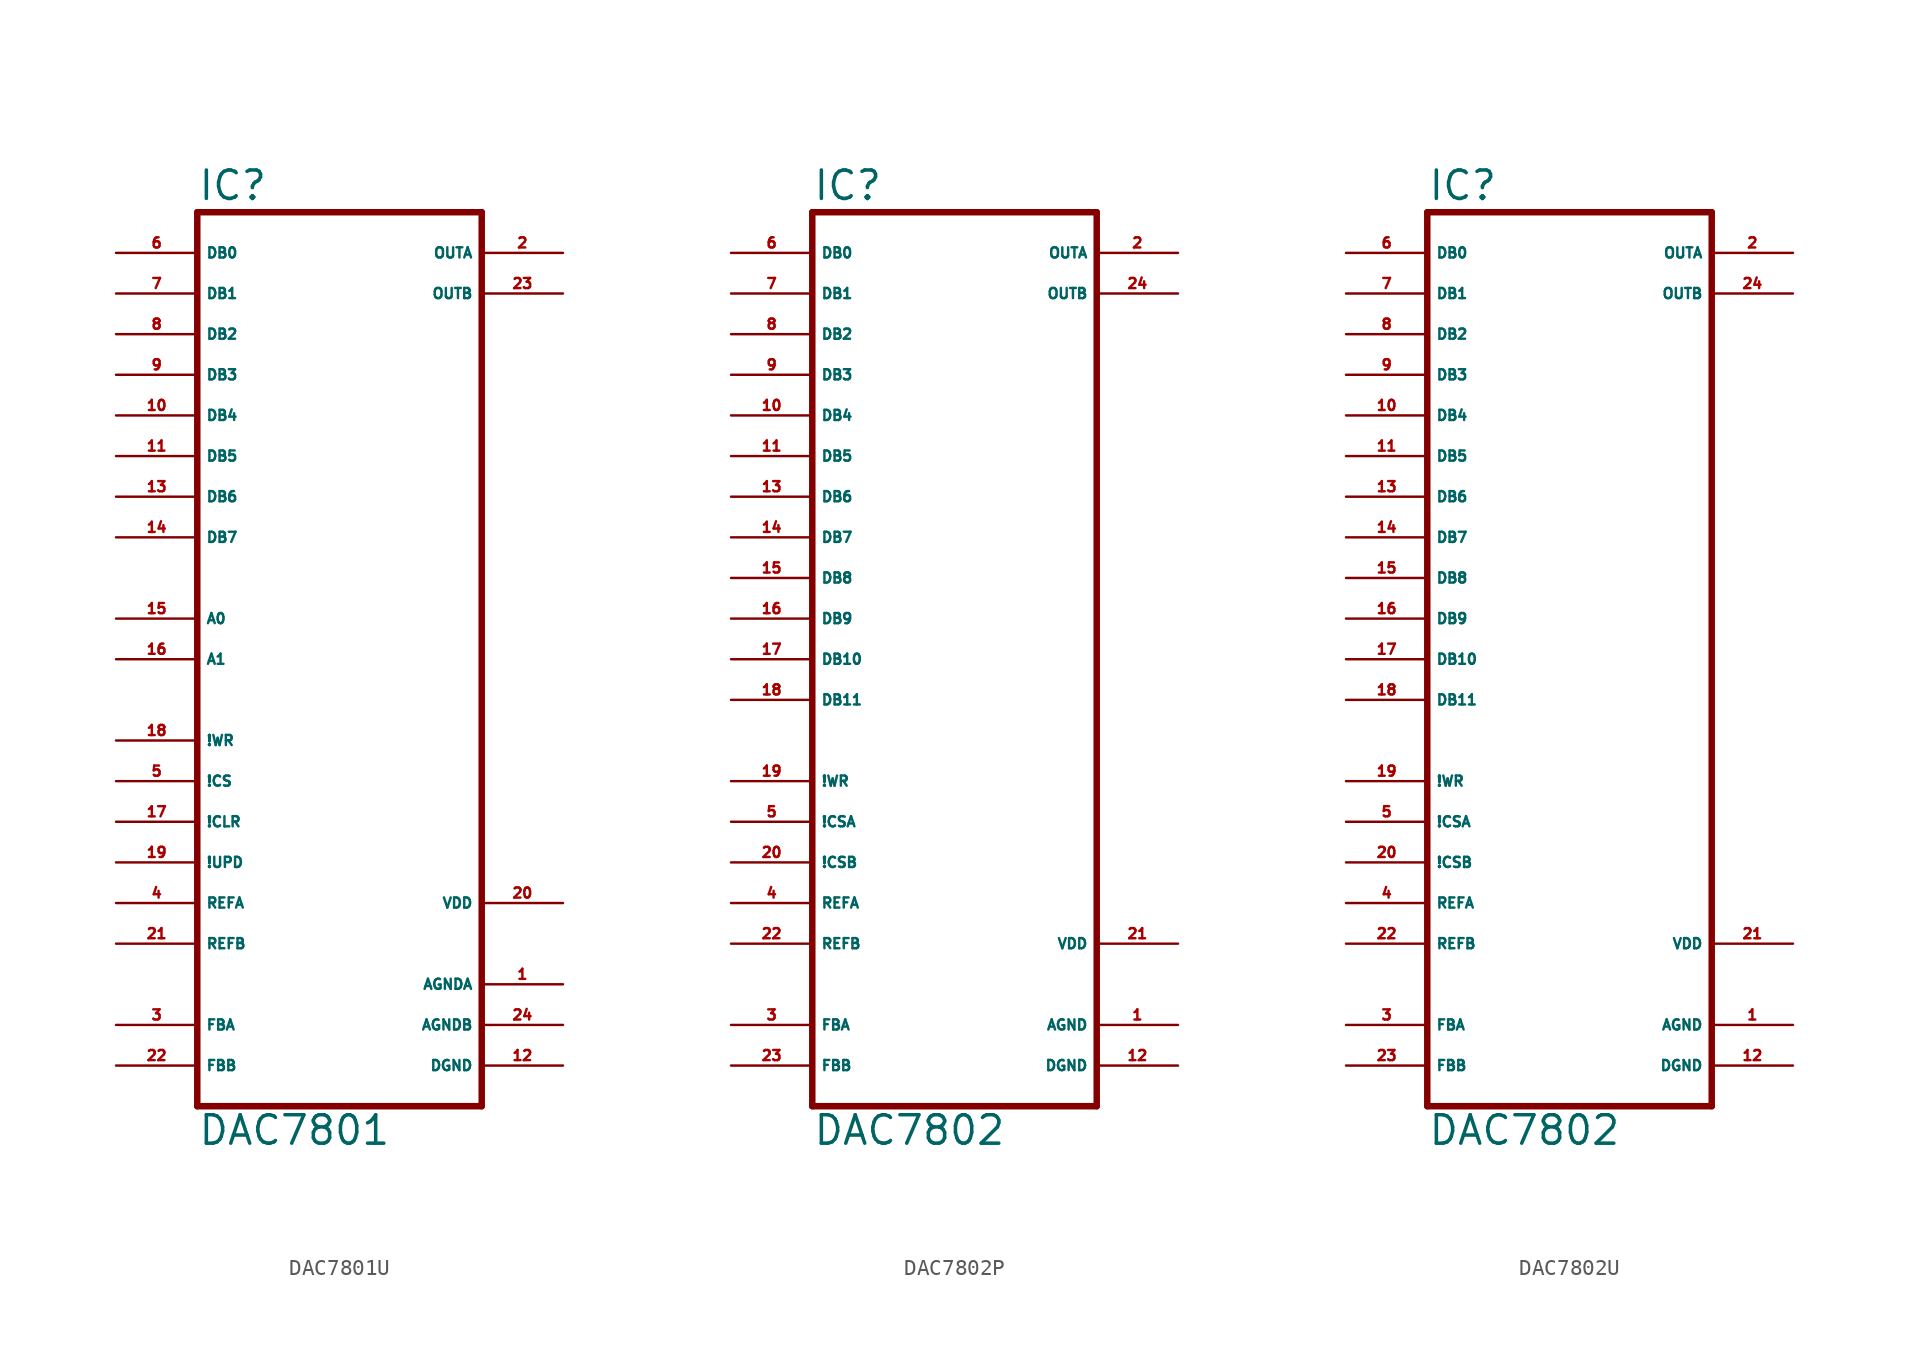
<source format=kicad_sym>
(kicad_symbol_lib
  (version 20220914)
  (generator Eagle2Kicad)
  (symbol "DAC7801U"
    (property "Reference" "IC"
      (at -10.16 26.035 0)
      (effects (font (size 1.778 1.778) (thickness 0.22)) (justify left bottom)))
    (property "Value" "DAC7801"
      (at -10.16 -33.02 0)
      (effects (font (size 1.778 1.778) (thickness 0.22)) (justify left bottom)))
    (polyline
      (pts (xy -10.16 -30.48) (xy 7.62 -30.48))
      (stroke (width 0.406) (type default))
      (fill (type none)))
    (polyline
      (pts (xy 7.62 -30.48) (xy 7.62 25.4))
      (stroke (width 0.406) (type default))
      (fill (type none)))
    (polyline
      (pts (xy 7.62 25.4) (xy -10.16 25.4))
      (stroke (width 0.406) (type default))
      (fill (type none)))
    (polyline
      (pts (xy -10.16 25.4) (xy -10.16 -30.48))
      (stroke (width 0.406) (type default))
      (fill (type none)))
    (pin input line
      (at -15.24 22.86 0)
      (length 5.08)
      (name "DB0" (effects (font (size 0.635 0.635) (thickness 0.08)) (justify left bottom)))
      (number "6" (effects (font (size 0.635 0.635) (thickness 0.08)) (justify left bottom))))
    (pin input line
      (at -15.24 -7.62 0)
      (length 5.08)
      (name "!WR" (effects (font (size 0.635 0.635) (thickness 0.08)) (justify left bottom)))
      (number "18" (effects (font (size 0.635 0.635) (thickness 0.08)) (justify left bottom))))
    (pin input line
      (at -15.24 -10.16 0)
      (length 5.08)
      (name "!CS" (effects (font (size 0.635 0.635) (thickness 0.08)) (justify left bottom)))
      (number "5" (effects (font (size 0.635 0.635) (thickness 0.08)) (justify left bottom))))
    (pin input line
      (at -15.24 -12.7 0)
      (length 5.08)
      (name "!CLR" (effects (font (size 0.635 0.635) (thickness 0.08)) (justify left bottom)))
      (number "17" (effects (font (size 0.635 0.635) (thickness 0.08)) (justify left bottom))))
    (pin input line
      (at -15.24 -15.24 0)
      (length 5.08)
      (name "!UPD" (effects (font (size 0.635 0.635) (thickness 0.08)) (justify left bottom)))
      (number "19" (effects (font (size 0.635 0.635) (thickness 0.08)) (justify left bottom))))
    (pin output line
      (at 12.7 22.86 180)
      (length 5.08)
      (name "OUTA" (effects (font (size 0.635 0.635) (thickness 0.08)) (justify left bottom)))
      (number "2" (effects (font (size 0.635 0.635) (thickness 0.08)) (justify left bottom))))
    (pin output line
      (at 12.7 20.32 180)
      (length 5.08)
      (name "OUTB" (effects (font (size 0.635 0.635) (thickness 0.08)) (justify left bottom)))
      (number "23" (effects (font (size 0.635 0.635) (thickness 0.08)) (justify left bottom))))
    (pin unspecified line
      (at 12.7 -17.78 180)
      (length 5.08)
      (name "VDD" (effects (font (size 0.635 0.635) (thickness 0.08)) (justify left bottom)))
      (number "20" (effects (font (size 0.635 0.635) (thickness 0.08)) (justify left bottom))))
    (pin unspecified line
      (at 12.7 -22.86 180)
      (length 5.08)
      (name "AGNDA" (effects (font (size 0.635 0.635) (thickness 0.08)) (justify left bottom)))
      (number "1" (effects (font (size 0.635 0.635) (thickness 0.08)) (justify left bottom))))
    (pin unspecified line
      (at 12.7 -25.4 180)
      (length 5.08)
      (name "AGNDB" (effects (font (size 0.635 0.635) (thickness 0.08)) (justify left bottom)))
      (number "24" (effects (font (size 0.635 0.635) (thickness 0.08)) (justify left bottom))))
    (pin unspecified line
      (at 12.7 -27.94 180)
      (length 5.08)
      (name "DGND" (effects (font (size 0.635 0.635) (thickness 0.08)) (justify left bottom)))
      (number "12" (effects (font (size 0.635 0.635) (thickness 0.08)) (justify left bottom))))
    (pin input line
      (at -15.24 -17.78 0)
      (length 5.08)
      (name "REFA" (effects (font (size 0.635 0.635) (thickness 0.08)) (justify left bottom)))
      (number "4" (effects (font (size 0.635 0.635) (thickness 0.08)) (justify left bottom))))
    (pin input line
      (at -15.24 -20.32 0)
      (length 5.08)
      (name "REFB" (effects (font (size 0.635 0.635) (thickness 0.08)) (justify left bottom)))
      (number "21" (effects (font (size 0.635 0.635) (thickness 0.08)) (justify left bottom))))
    (pin passive line
      (at -15.24 -25.4 0)
      (length 5.08)
      (name "FBA" (effects (font (size 0.635 0.635) (thickness 0.08)) (justify left bottom)))
      (number "3" (effects (font (size 0.635 0.635) (thickness 0.08)) (justify left bottom))))
    (pin passive line
      (at -15.24 -27.94 0)
      (length 5.08)
      (name "FBB" (effects (font (size 0.635 0.635) (thickness 0.08)) (justify left bottom)))
      (number "22" (effects (font (size 0.635 0.635) (thickness 0.08)) (justify left bottom))))
    (pin input line
      (at -15.24 20.32 0)
      (length 5.08)
      (name "DB1" (effects (font (size 0.635 0.635) (thickness 0.08)) (justify left bottom)))
      (number "7" (effects (font (size 0.635 0.635) (thickness 0.08)) (justify left bottom))))
    (pin input line
      (at -15.24 17.78 0)
      (length 5.08)
      (name "DB2" (effects (font (size 0.635 0.635) (thickness 0.08)) (justify left bottom)))
      (number "8" (effects (font (size 0.635 0.635) (thickness 0.08)) (justify left bottom))))
    (pin input line
      (at -15.24 15.24 0)
      (length 5.08)
      (name "DB3" (effects (font (size 0.635 0.635) (thickness 0.08)) (justify left bottom)))
      (number "9" (effects (font (size 0.635 0.635) (thickness 0.08)) (justify left bottom))))
    (pin input line
      (at -15.24 12.7 0)
      (length 5.08)
      (name "DB4" (effects (font (size 0.635 0.635) (thickness 0.08)) (justify left bottom)))
      (number "10" (effects (font (size 0.635 0.635) (thickness 0.08)) (justify left bottom))))
    (pin input line
      (at -15.24 10.16 0)
      (length 5.08)
      (name "DB5" (effects (font (size 0.635 0.635) (thickness 0.08)) (justify left bottom)))
      (number "11" (effects (font (size 0.635 0.635) (thickness 0.08)) (justify left bottom))))
    (pin input line
      (at -15.24 7.62 0)
      (length 5.08)
      (name "DB6" (effects (font (size 0.635 0.635) (thickness 0.08)) (justify left bottom)))
      (number "13" (effects (font (size 0.635 0.635) (thickness 0.08)) (justify left bottom))))
    (pin input line
      (at -15.24 5.08 0)
      (length 5.08)
      (name "DB7" (effects (font (size 0.635 0.635) (thickness 0.08)) (justify left bottom)))
      (number "14" (effects (font (size 0.635 0.635) (thickness 0.08)) (justify left bottom))))
    (pin input line
      (at -15.24 0 0)
      (length 5.08)
      (name "A0" (effects (font (size 0.635 0.635) (thickness 0.08)) (justify left bottom)))
      (number "15" (effects (font (size 0.635 0.635) (thickness 0.08)) (justify left bottom))))
    (pin input line
      (at -15.24 -2.54 0)
      (length 5.08)
      (name "A1" (effects (font (size 0.635 0.635) (thickness 0.08)) (justify left bottom)))
      (number "16" (effects (font (size 0.635 0.635) (thickness 0.08)) (justify left bottom)))))
  (symbol "DAC7802P"
    (property "Reference" "IC"
      (at -10.16 26.035 0)
      (effects (font (size 1.778 1.778) (thickness 0.22)) (justify left bottom)))
    (property "Value" "DAC7802"
      (at -10.16 -33.02 0)
      (effects (font (size 1.778 1.778) (thickness 0.22)) (justify left bottom)))
    (polyline
      (pts (xy -10.16 -30.48) (xy 7.62 -30.48))
      (stroke (width 0.406) (type default))
      (fill (type none)))
    (polyline
      (pts (xy 7.62 -30.48) (xy 7.62 25.4))
      (stroke (width 0.406) (type default))
      (fill (type none)))
    (polyline
      (pts (xy 7.62 25.4) (xy -10.16 25.4))
      (stroke (width 0.406) (type default))
      (fill (type none)))
    (polyline
      (pts (xy -10.16 25.4) (xy -10.16 -30.48))
      (stroke (width 0.406) (type default))
      (fill (type none)))
    (pin input line
      (at -15.24 22.86 0)
      (length 5.08)
      (name "DB0" (effects (font (size 0.635 0.635) (thickness 0.08)) (justify left bottom)))
      (number "6" (effects (font (size 0.635 0.635) (thickness 0.08)) (justify left bottom))))
    (pin input line
      (at -15.24 -10.16 0)
      (length 5.08)
      (name "!WR" (effects (font (size 0.635 0.635) (thickness 0.08)) (justify left bottom)))
      (number "19" (effects (font (size 0.635 0.635) (thickness 0.08)) (justify left bottom))))
    (pin input line
      (at -15.24 -12.7 0)
      (length 5.08)
      (name "!CSA" (effects (font (size 0.635 0.635) (thickness 0.08)) (justify left bottom)))
      (number "5" (effects (font (size 0.635 0.635) (thickness 0.08)) (justify left bottom))))
    (pin input line
      (at -15.24 0 0)
      (length 5.08)
      (name "DB9" (effects (font (size 0.635 0.635) (thickness 0.08)) (justify left bottom)))
      (number "16" (effects (font (size 0.635 0.635) (thickness 0.08)) (justify left bottom))))
    (pin input line
      (at -15.24 2.54 0)
      (length 5.08)
      (name "DB8" (effects (font (size 0.635 0.635) (thickness 0.08)) (justify left bottom)))
      (number "15" (effects (font (size 0.635 0.635) (thickness 0.08)) (justify left bottom))))
    (pin output line
      (at 12.7 22.86 180)
      (length 5.08)
      (name "OUTA" (effects (font (size 0.635 0.635) (thickness 0.08)) (justify left bottom)))
      (number "2" (effects (font (size 0.635 0.635) (thickness 0.08)) (justify left bottom))))
    (pin output line
      (at 12.7 20.32 180)
      (length 5.08)
      (name "OUTB" (effects (font (size 0.635 0.635) (thickness 0.08)) (justify left bottom)))
      (number "24" (effects (font (size 0.635 0.635) (thickness 0.08)) (justify left bottom))))
    (pin unspecified line
      (at 12.7 -20.32 180)
      (length 5.08)
      (name "VDD" (effects (font (size 0.635 0.635) (thickness 0.08)) (justify left bottom)))
      (number "21" (effects (font (size 0.635 0.635) (thickness 0.08)) (justify left bottom))))
    (pin unspecified line
      (at 12.7 -25.4 180)
      (length 5.08)
      (name "AGND" (effects (font (size 0.635 0.635) (thickness 0.08)) (justify left bottom)))
      (number "1" (effects (font (size 0.635 0.635) (thickness 0.08)) (justify left bottom))))
    (pin input line
      (at -15.24 -15.24 0)
      (length 5.08)
      (name "!CSB" (effects (font (size 0.635 0.635) (thickness 0.08)) (justify left bottom)))
      (number "20" (effects (font (size 0.635 0.635) (thickness 0.08)) (justify left bottom))))
    (pin unspecified line
      (at 12.7 -27.94 180)
      (length 5.08)
      (name "DGND" (effects (font (size 0.635 0.635) (thickness 0.08)) (justify left bottom)))
      (number "12" (effects (font (size 0.635 0.635) (thickness 0.08)) (justify left bottom))))
    (pin input line
      (at -15.24 -17.78 0)
      (length 5.08)
      (name "REFA" (effects (font (size 0.635 0.635) (thickness 0.08)) (justify left bottom)))
      (number "4" (effects (font (size 0.635 0.635) (thickness 0.08)) (justify left bottom))))
    (pin input line
      (at -15.24 -20.32 0)
      (length 5.08)
      (name "REFB" (effects (font (size 0.635 0.635) (thickness 0.08)) (justify left bottom)))
      (number "22" (effects (font (size 0.635 0.635) (thickness 0.08)) (justify left bottom))))
    (pin passive line
      (at -15.24 -25.4 0)
      (length 5.08)
      (name "FBA" (effects (font (size 0.635 0.635) (thickness 0.08)) (justify left bottom)))
      (number "3" (effects (font (size 0.635 0.635) (thickness 0.08)) (justify left bottom))))
    (pin passive line
      (at -15.24 -27.94 0)
      (length 5.08)
      (name "FBB" (effects (font (size 0.635 0.635) (thickness 0.08)) (justify left bottom)))
      (number "23" (effects (font (size 0.635 0.635) (thickness 0.08)) (justify left bottom))))
    (pin input line
      (at -15.24 20.32 0)
      (length 5.08)
      (name "DB1" (effects (font (size 0.635 0.635) (thickness 0.08)) (justify left bottom)))
      (number "7" (effects (font (size 0.635 0.635) (thickness 0.08)) (justify left bottom))))
    (pin input line
      (at -15.24 17.78 0)
      (length 5.08)
      (name "DB2" (effects (font (size 0.635 0.635) (thickness 0.08)) (justify left bottom)))
      (number "8" (effects (font (size 0.635 0.635) (thickness 0.08)) (justify left bottom))))
    (pin input line
      (at -15.24 15.24 0)
      (length 5.08)
      (name "DB3" (effects (font (size 0.635 0.635) (thickness 0.08)) (justify left bottom)))
      (number "9" (effects (font (size 0.635 0.635) (thickness 0.08)) (justify left bottom))))
    (pin input line
      (at -15.24 12.7 0)
      (length 5.08)
      (name "DB4" (effects (font (size 0.635 0.635) (thickness 0.08)) (justify left bottom)))
      (number "10" (effects (font (size 0.635 0.635) (thickness 0.08)) (justify left bottom))))
    (pin input line
      (at -15.24 10.16 0)
      (length 5.08)
      (name "DB5" (effects (font (size 0.635 0.635) (thickness 0.08)) (justify left bottom)))
      (number "11" (effects (font (size 0.635 0.635) (thickness 0.08)) (justify left bottom))))
    (pin input line
      (at -15.24 7.62 0)
      (length 5.08)
      (name "DB6" (effects (font (size 0.635 0.635) (thickness 0.08)) (justify left bottom)))
      (number "13" (effects (font (size 0.635 0.635) (thickness 0.08)) (justify left bottom))))
    (pin input line
      (at -15.24 5.08 0)
      (length 5.08)
      (name "DB7" (effects (font (size 0.635 0.635) (thickness 0.08)) (justify left bottom)))
      (number "14" (effects (font (size 0.635 0.635) (thickness 0.08)) (justify left bottom))))
    (pin input line
      (at -15.24 -2.54 0)
      (length 5.08)
      (name "DB10" (effects (font (size 0.635 0.635) (thickness 0.08)) (justify left bottom)))
      (number "17" (effects (font (size 0.635 0.635) (thickness 0.08)) (justify left bottom))))
    (pin input line
      (at -15.24 -5.08 0)
      (length 5.08)
      (name "DB11" (effects (font (size 0.635 0.635) (thickness 0.08)) (justify left bottom)))
      (number "18" (effects (font (size 0.635 0.635) (thickness 0.08)) (justify left bottom)))))
  (symbol "DAC7802U"
    (property "Reference" "IC"
      (at -10.16 26.035 0)
      (effects (font (size 1.778 1.778) (thickness 0.22)) (justify left bottom)))
    (property "Value" "DAC7802"
      (at -10.16 -33.02 0)
      (effects (font (size 1.778 1.778) (thickness 0.22)) (justify left bottom)))
    (polyline
      (pts (xy -10.16 -30.48) (xy 7.62 -30.48))
      (stroke (width 0.406) (type default))
      (fill (type none)))
    (polyline
      (pts (xy 7.62 -30.48) (xy 7.62 25.4))
      (stroke (width 0.406) (type default))
      (fill (type none)))
    (polyline
      (pts (xy 7.62 25.4) (xy -10.16 25.4))
      (stroke (width 0.406) (type default))
      (fill (type none)))
    (polyline
      (pts (xy -10.16 25.4) (xy -10.16 -30.48))
      (stroke (width 0.406) (type default))
      (fill (type none)))
    (pin input line
      (at -15.24 22.86 0)
      (length 5.08)
      (name "DB0" (effects (font (size 0.635 0.635) (thickness 0.08)) (justify left bottom)))
      (number "6" (effects (font (size 0.635 0.635) (thickness 0.08)) (justify left bottom))))
    (pin input line
      (at -15.24 -10.16 0)
      (length 5.08)
      (name "!WR" (effects (font (size 0.635 0.635) (thickness 0.08)) (justify left bottom)))
      (number "19" (effects (font (size 0.635 0.635) (thickness 0.08)) (justify left bottom))))
    (pin input line
      (at -15.24 -12.7 0)
      (length 5.08)
      (name "!CSA" (effects (font (size 0.635 0.635) (thickness 0.08)) (justify left bottom)))
      (number "5" (effects (font (size 0.635 0.635) (thickness 0.08)) (justify left bottom))))
    (pin input line
      (at -15.24 0 0)
      (length 5.08)
      (name "DB9" (effects (font (size 0.635 0.635) (thickness 0.08)) (justify left bottom)))
      (number "16" (effects (font (size 0.635 0.635) (thickness 0.08)) (justify left bottom))))
    (pin input line
      (at -15.24 2.54 0)
      (length 5.08)
      (name "DB8" (effects (font (size 0.635 0.635) (thickness 0.08)) (justify left bottom)))
      (number "15" (effects (font (size 0.635 0.635) (thickness 0.08)) (justify left bottom))))
    (pin output line
      (at 12.7 22.86 180)
      (length 5.08)
      (name "OUTA" (effects (font (size 0.635 0.635) (thickness 0.08)) (justify left bottom)))
      (number "2" (effects (font (size 0.635 0.635) (thickness 0.08)) (justify left bottom))))
    (pin output line
      (at 12.7 20.32 180)
      (length 5.08)
      (name "OUTB" (effects (font (size 0.635 0.635) (thickness 0.08)) (justify left bottom)))
      (number "24" (effects (font (size 0.635 0.635) (thickness 0.08)) (justify left bottom))))
    (pin unspecified line
      (at 12.7 -20.32 180)
      (length 5.08)
      (name "VDD" (effects (font (size 0.635 0.635) (thickness 0.08)) (justify left bottom)))
      (number "21" (effects (font (size 0.635 0.635) (thickness 0.08)) (justify left bottom))))
    (pin unspecified line
      (at 12.7 -25.4 180)
      (length 5.08)
      (name "AGND" (effects (font (size 0.635 0.635) (thickness 0.08)) (justify left bottom)))
      (number "1" (effects (font (size 0.635 0.635) (thickness 0.08)) (justify left bottom))))
    (pin input line
      (at -15.24 -15.24 0)
      (length 5.08)
      (name "!CSB" (effects (font (size 0.635 0.635) (thickness 0.08)) (justify left bottom)))
      (number "20" (effects (font (size 0.635 0.635) (thickness 0.08)) (justify left bottom))))
    (pin unspecified line
      (at 12.7 -27.94 180)
      (length 5.08)
      (name "DGND" (effects (font (size 0.635 0.635) (thickness 0.08)) (justify left bottom)))
      (number "12" (effects (font (size 0.635 0.635) (thickness 0.08)) (justify left bottom))))
    (pin input line
      (at -15.24 -17.78 0)
      (length 5.08)
      (name "REFA" (effects (font (size 0.635 0.635) (thickness 0.08)) (justify left bottom)))
      (number "4" (effects (font (size 0.635 0.635) (thickness 0.08)) (justify left bottom))))
    (pin input line
      (at -15.24 -20.32 0)
      (length 5.08)
      (name "REFB" (effects (font (size 0.635 0.635) (thickness 0.08)) (justify left bottom)))
      (number "22" (effects (font (size 0.635 0.635) (thickness 0.08)) (justify left bottom))))
    (pin passive line
      (at -15.24 -25.4 0)
      (length 5.08)
      (name "FBA" (effects (font (size 0.635 0.635) (thickness 0.08)) (justify left bottom)))
      (number "3" (effects (font (size 0.635 0.635) (thickness 0.08)) (justify left bottom))))
    (pin passive line
      (at -15.24 -27.94 0)
      (length 5.08)
      (name "FBB" (effects (font (size 0.635 0.635) (thickness 0.08)) (justify left bottom)))
      (number "23" (effects (font (size 0.635 0.635) (thickness 0.08)) (justify left bottom))))
    (pin input line
      (at -15.24 20.32 0)
      (length 5.08)
      (name "DB1" (effects (font (size 0.635 0.635) (thickness 0.08)) (justify left bottom)))
      (number "7" (effects (font (size 0.635 0.635) (thickness 0.08)) (justify left bottom))))
    (pin input line
      (at -15.24 17.78 0)
      (length 5.08)
      (name "DB2" (effects (font (size 0.635 0.635) (thickness 0.08)) (justify left bottom)))
      (number "8" (effects (font (size 0.635 0.635) (thickness 0.08)) (justify left bottom))))
    (pin input line
      (at -15.24 15.24 0)
      (length 5.08)
      (name "DB3" (effects (font (size 0.635 0.635) (thickness 0.08)) (justify left bottom)))
      (number "9" (effects (font (size 0.635 0.635) (thickness 0.08)) (justify left bottom))))
    (pin input line
      (at -15.24 12.7 0)
      (length 5.08)
      (name "DB4" (effects (font (size 0.635 0.635) (thickness 0.08)) (justify left bottom)))
      (number "10" (effects (font (size 0.635 0.635) (thickness 0.08)) (justify left bottom))))
    (pin input line
      (at -15.24 10.16 0)
      (length 5.08)
      (name "DB5" (effects (font (size 0.635 0.635) (thickness 0.08)) (justify left bottom)))
      (number "11" (effects (font (size 0.635 0.635) (thickness 0.08)) (justify left bottom))))
    (pin input line
      (at -15.24 7.62 0)
      (length 5.08)
      (name "DB6" (effects (font (size 0.635 0.635) (thickness 0.08)) (justify left bottom)))
      (number "13" (effects (font (size 0.635 0.635) (thickness 0.08)) (justify left bottom))))
    (pin input line
      (at -15.24 5.08 0)
      (length 5.08)
      (name "DB7" (effects (font (size 0.635 0.635) (thickness 0.08)) (justify left bottom)))
      (number "14" (effects (font (size 0.635 0.635) (thickness 0.08)) (justify left bottom))))
    (pin input line
      (at -15.24 -2.54 0)
      (length 5.08)
      (name "DB10" (effects (font (size 0.635 0.635) (thickness 0.08)) (justify left bottom)))
      (number "17" (effects (font (size 0.635 0.635) (thickness 0.08)) (justify left bottom))))
    (pin input line
      (at -15.24 -5.08 0)
      (length 5.08)
      (name "DB11" (effects (font (size 0.635 0.635) (thickness 0.08)) (justify left bottom)))
      (number "18" (effects (font (size 0.635 0.635) (thickness 0.08)) (justify left bottom))))))
</source>
